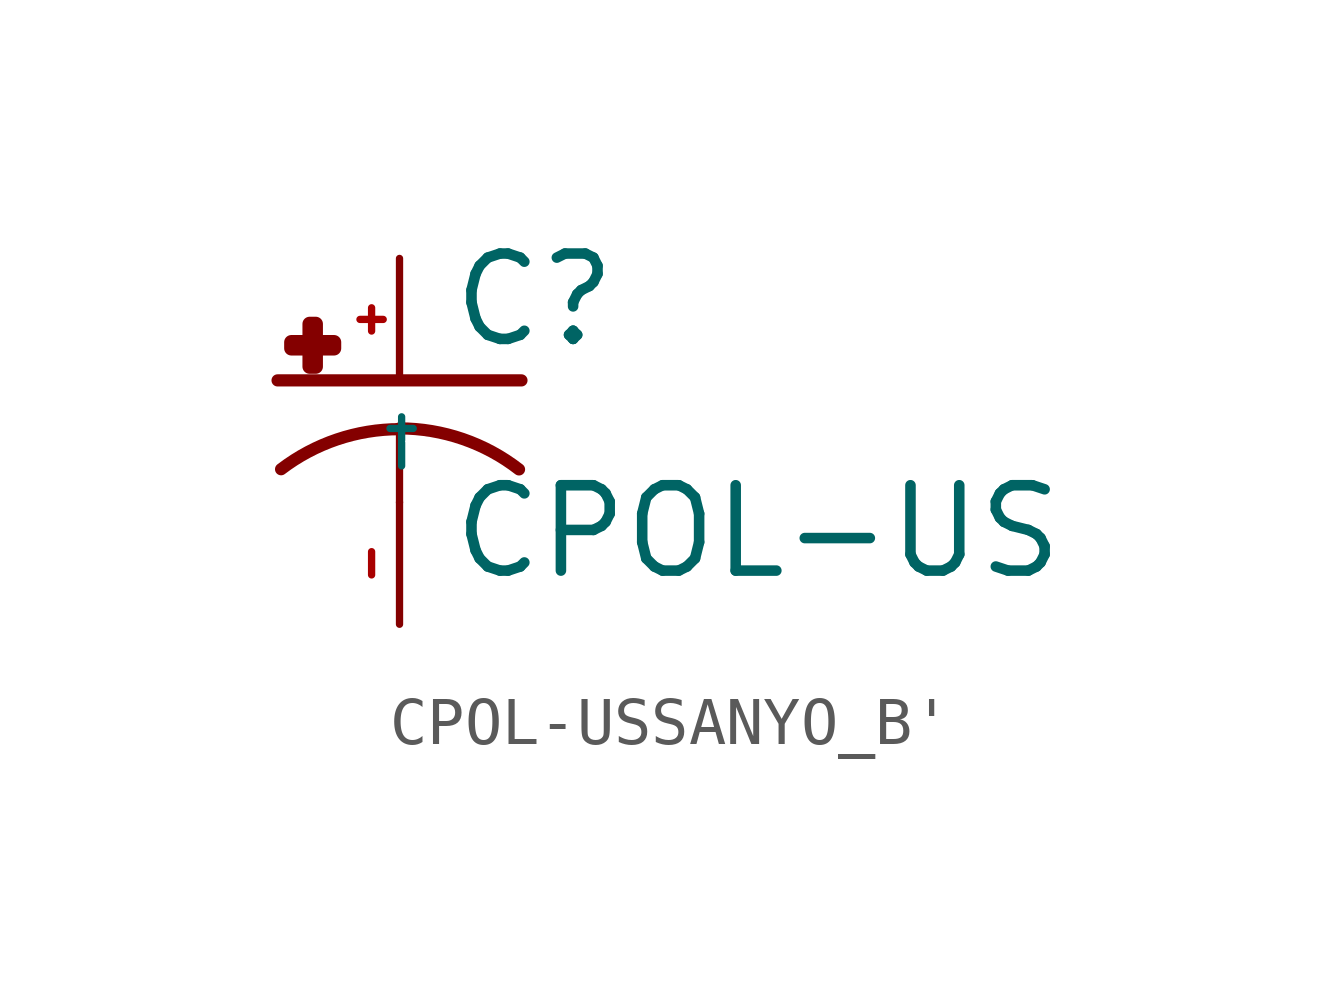
<source format=kicad_sym>
(kicad_symbol_lib
  (version 20220914)
  (generator Eagle2Kicad)
  (symbol "CPOL-USSANYO_B'"
    (property "Reference" "C"
      (at 1.016 0.635 0)
      (effects (font (size 1.778 1.778) (thickness 0.22)) (justify left bottom)))
    (property "Value" "CPOL-US"
      (at 1.016 -4.191 0)
      (effects (font (size 1.778 1.778) (thickness 0.22)) (justify left bottom)))
    (polyline
      (pts (xy -2.54 0) (xy 2.54 0))
      (stroke (width 0.254) (type default))
      (fill (type none)))
    (polyline
      (pts (xy 0 -1.016) (xy 0 -2.54))
      (stroke (width 0.152) (type default))
      (fill (type none)))
    (arc
      (start 2.4892 -1.8542)
      (mid 1.316 -1.220)
      (end 0 -1)
      (stroke (width 0.254) (type default))
      (fill (type none)))
    (arc
      (start 0 -1.0161)
      (mid -1.302 -1.230)
      (end -2.4669 -1.8504)
      (stroke (width 0.254) (type default))
      (fill (type none)))
    (rectangle
      (start -2.253 0.668)
      (end -1.364 0.795)
      (stroke (width 0.3) (type default))
      (fill (type outline)))
    (rectangle
      (start -1.872 0.287)
      (end -1.745 1.176)
      (stroke (width 0.3) (type default))
      (fill (type outline)))
    (pin passive line
      (at 0 2.54 270)
      (length 2.54)
      (name "+" (effects (font (size 0.635 0.635) (thickness 0.08)) (justify left bottom)))
      (number "+" (effects (font (size 0.635 0.635) (thickness 0.08)) (justify left bottom))))
    (pin passive line
      (at 0 -5.08 90)
      (length 2.54)
      (name "-" (effects (font (size 0.635 0.635) (thickness 0.08)) (justify left bottom)))
      (number "-" (effects (font (size 0.635 0.635) (thickness 0.08)) (justify left bottom))))))
</source>
